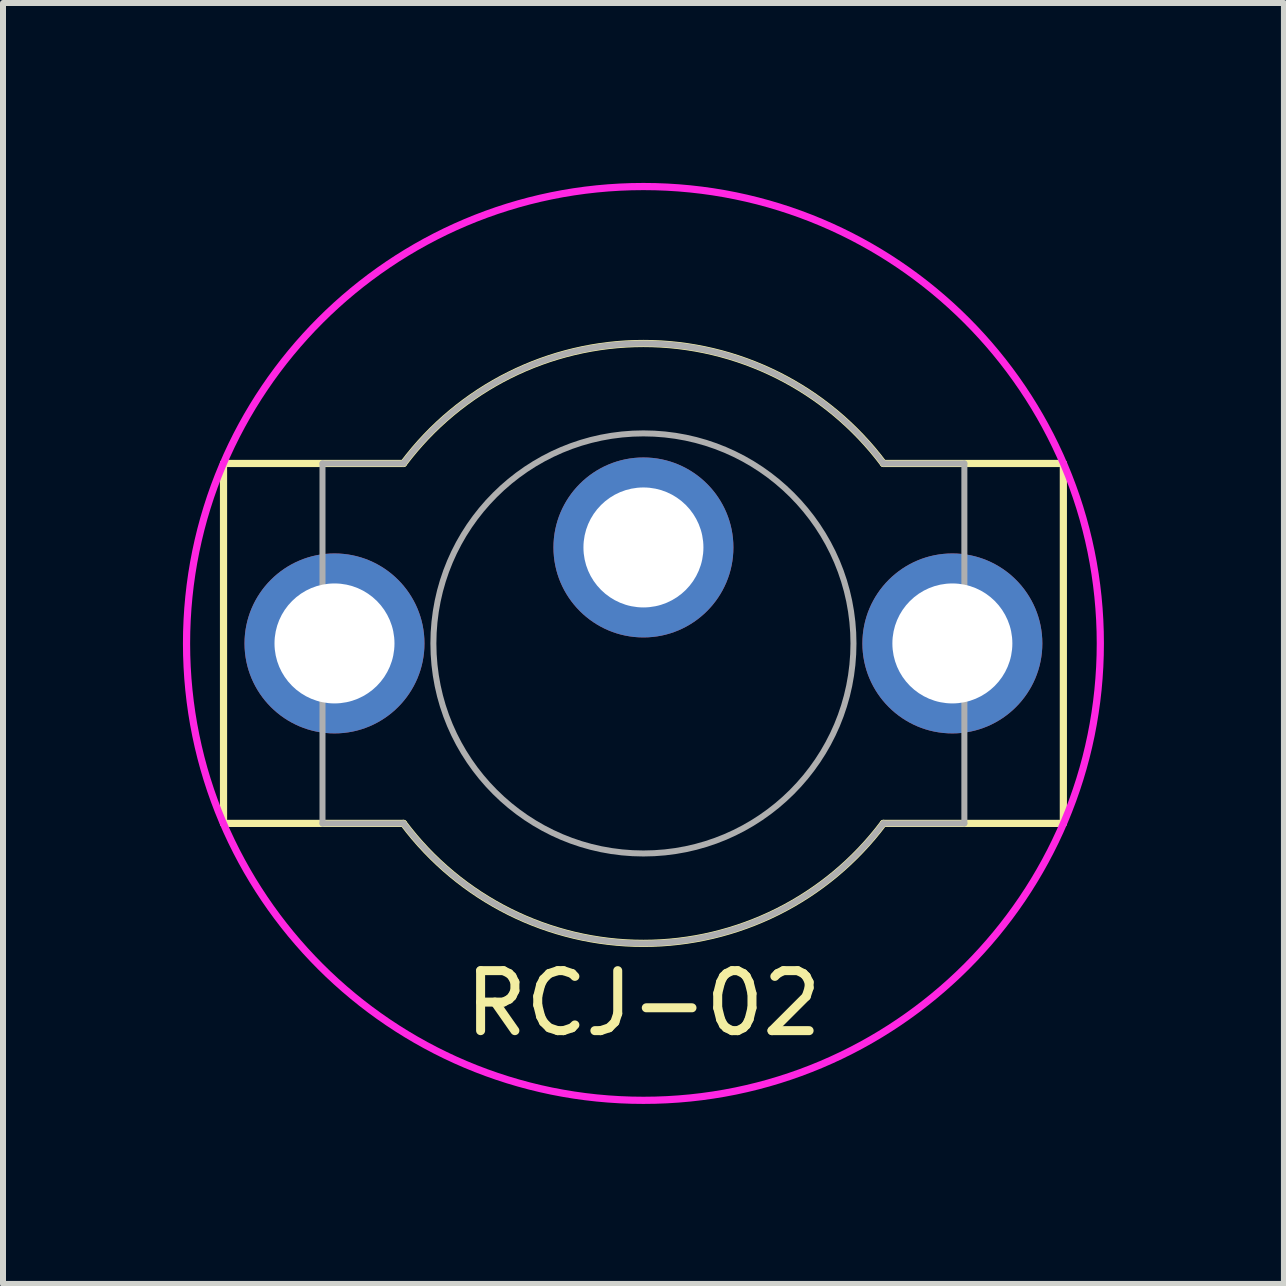
<source format=kicad_pcb>
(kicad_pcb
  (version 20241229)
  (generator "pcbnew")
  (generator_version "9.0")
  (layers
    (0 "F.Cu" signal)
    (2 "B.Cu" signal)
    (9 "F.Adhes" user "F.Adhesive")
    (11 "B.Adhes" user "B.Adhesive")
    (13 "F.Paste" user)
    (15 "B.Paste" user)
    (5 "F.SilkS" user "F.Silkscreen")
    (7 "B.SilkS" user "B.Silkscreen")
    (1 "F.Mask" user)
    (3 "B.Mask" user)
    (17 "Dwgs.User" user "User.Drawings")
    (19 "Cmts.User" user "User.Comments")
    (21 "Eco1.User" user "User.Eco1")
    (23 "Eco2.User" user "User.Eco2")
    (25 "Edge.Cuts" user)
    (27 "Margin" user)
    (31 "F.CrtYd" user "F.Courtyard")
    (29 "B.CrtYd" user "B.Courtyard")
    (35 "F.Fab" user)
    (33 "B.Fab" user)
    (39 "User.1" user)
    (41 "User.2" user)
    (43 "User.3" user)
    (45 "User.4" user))
  (footprint "RCJ-02"
    (layer "F.Cu")
    (at 7.676 7.676)
    (property "Reference" "RCJ-02" (at 0 6 0) (layer "F.SilkS") (effects (font (size 1 1) (thickness 0.15))))
    (attr through_hole)
    (fp_line (start -7 -3) (end -7 3) (stroke (width 0.12) (type solid)) (layer "F.SilkS"))
    (fp_line (start -7 3) (end -4 3) (stroke (width 0.12) (type solid)) (layer "F.SilkS"))
    (fp_line (start -4 -3) (end -7 -3) (stroke (width 0.12) (type solid)) (layer "F.SilkS"))
    (fp_line (start 4 3) (end 7 3) (stroke (width 0.12) (type solid)) (layer "F.SilkS"))
    (fp_line (start 7 -3) (end 4 -3) (stroke (width 0.12) (type solid)) (layer "F.SilkS"))
    (fp_line (start 7 3) (end 7 -3) (stroke (width 0.12) (type solid)) (layer "F.SilkS"))
    (fp_arc (start -4 -2.999999) (mid -0.000001 -4.999999) (end 3.999999 -3) (stroke (width 0.12) (type solid)) (layer "F.SilkS"))
    (fp_arc (start 4 3) (mid 0 5) (end -4 3) (stroke (width 0.12) (type solid)) (layer "F.SilkS"))
    (fp_circle (center 0 0) (end 7.6 0.5) (stroke (width 0.12) (type solid)) (fill no) (layer "F.CrtYd"))
    (fp_line (start -5.85 -0.5) (end -5.85 0.5) (stroke (width 0.1) (type solid)) (layer "F.Fab"))
    (fp_line (start -5.85 0.5) (end -5.35 0.5) (stroke (width 0.1) (type solid)) (layer "F.Fab"))
    (fp_line (start -5.35 -3) (end -5.35 3) (stroke (width 0.1) (type solid)) (layer "F.Fab"))
    (fp_line (start -5.35 -3) (end -4 -3) (stroke (width 0.1) (type solid)) (layer "F.Fab"))
    (fp_line (start -5.35 -0.5) (end -5.85 -0.5) (stroke (width 0.1) (type solid)) (layer "F.Fab"))
    (fp_line (start -5.35 3) (end -4 3) (stroke (width 0.1) (type solid)) (layer "F.Fab"))
    (fp_line (start 5.35 -3) (end 4 -3) (stroke (width 0.1) (type solid)) (layer "F.Fab"))
    (fp_line (start 5.35 -3) (end 5.35 3) (stroke (width 0.1) (type solid)) (layer "F.Fab"))
    (fp_line (start 5.35 0.5) (end 5.85 0.5) (stroke (width 0.1) (type solid)) (layer "F.Fab"))
    (fp_line (start 5.35 3) (end 4 3) (stroke (width 0.1) (type solid)) (layer "F.Fab"))
    (fp_line (start 5.85 -0.5) (end 5.35 -0.5) (stroke (width 0.1) (type solid)) (layer "F.Fab"))
    (fp_line (start 5.85 0.5) (end 5.85 -0.5) (stroke (width 0.1) (type solid)) (layer "F.Fab"))
    (fp_arc (start -4 -3) (mid 0 -5) (end 4 -3) (stroke (width 0.1) (type solid)) (layer "F.Fab"))
    (fp_arc (start 4 3) (mid 0 5) (end -4 3) (stroke (width 0.1) (type solid)) (layer "F.Fab"))
    (fp_circle (center 0 0) (end 3.5 0.1) (stroke (width 0.1) (type solid)) (fill no) (layer "F.Fab"))
    (pad "1" thru_hole circle (at 0 -1.6) (size 3 3) (drill 2) (layers "*.Cu" "*.Mask"))
    (pad "2" thru_hole circle (at -5.15 0) (size 3 3) (drill 2) (layers "*.Cu" "*.Mask"))
    (pad "2" thru_hole circle (at 5.15 0) (size 3 3) (drill 2) (layers "*.Cu" "*.Mask")))
  (gr_rect
    (start -3 -3)
    (end 18.353 18.353)
    (stroke (width 0.1) (type default))
    (fill no)
    (layer "Edge.Cuts")))
</source>
